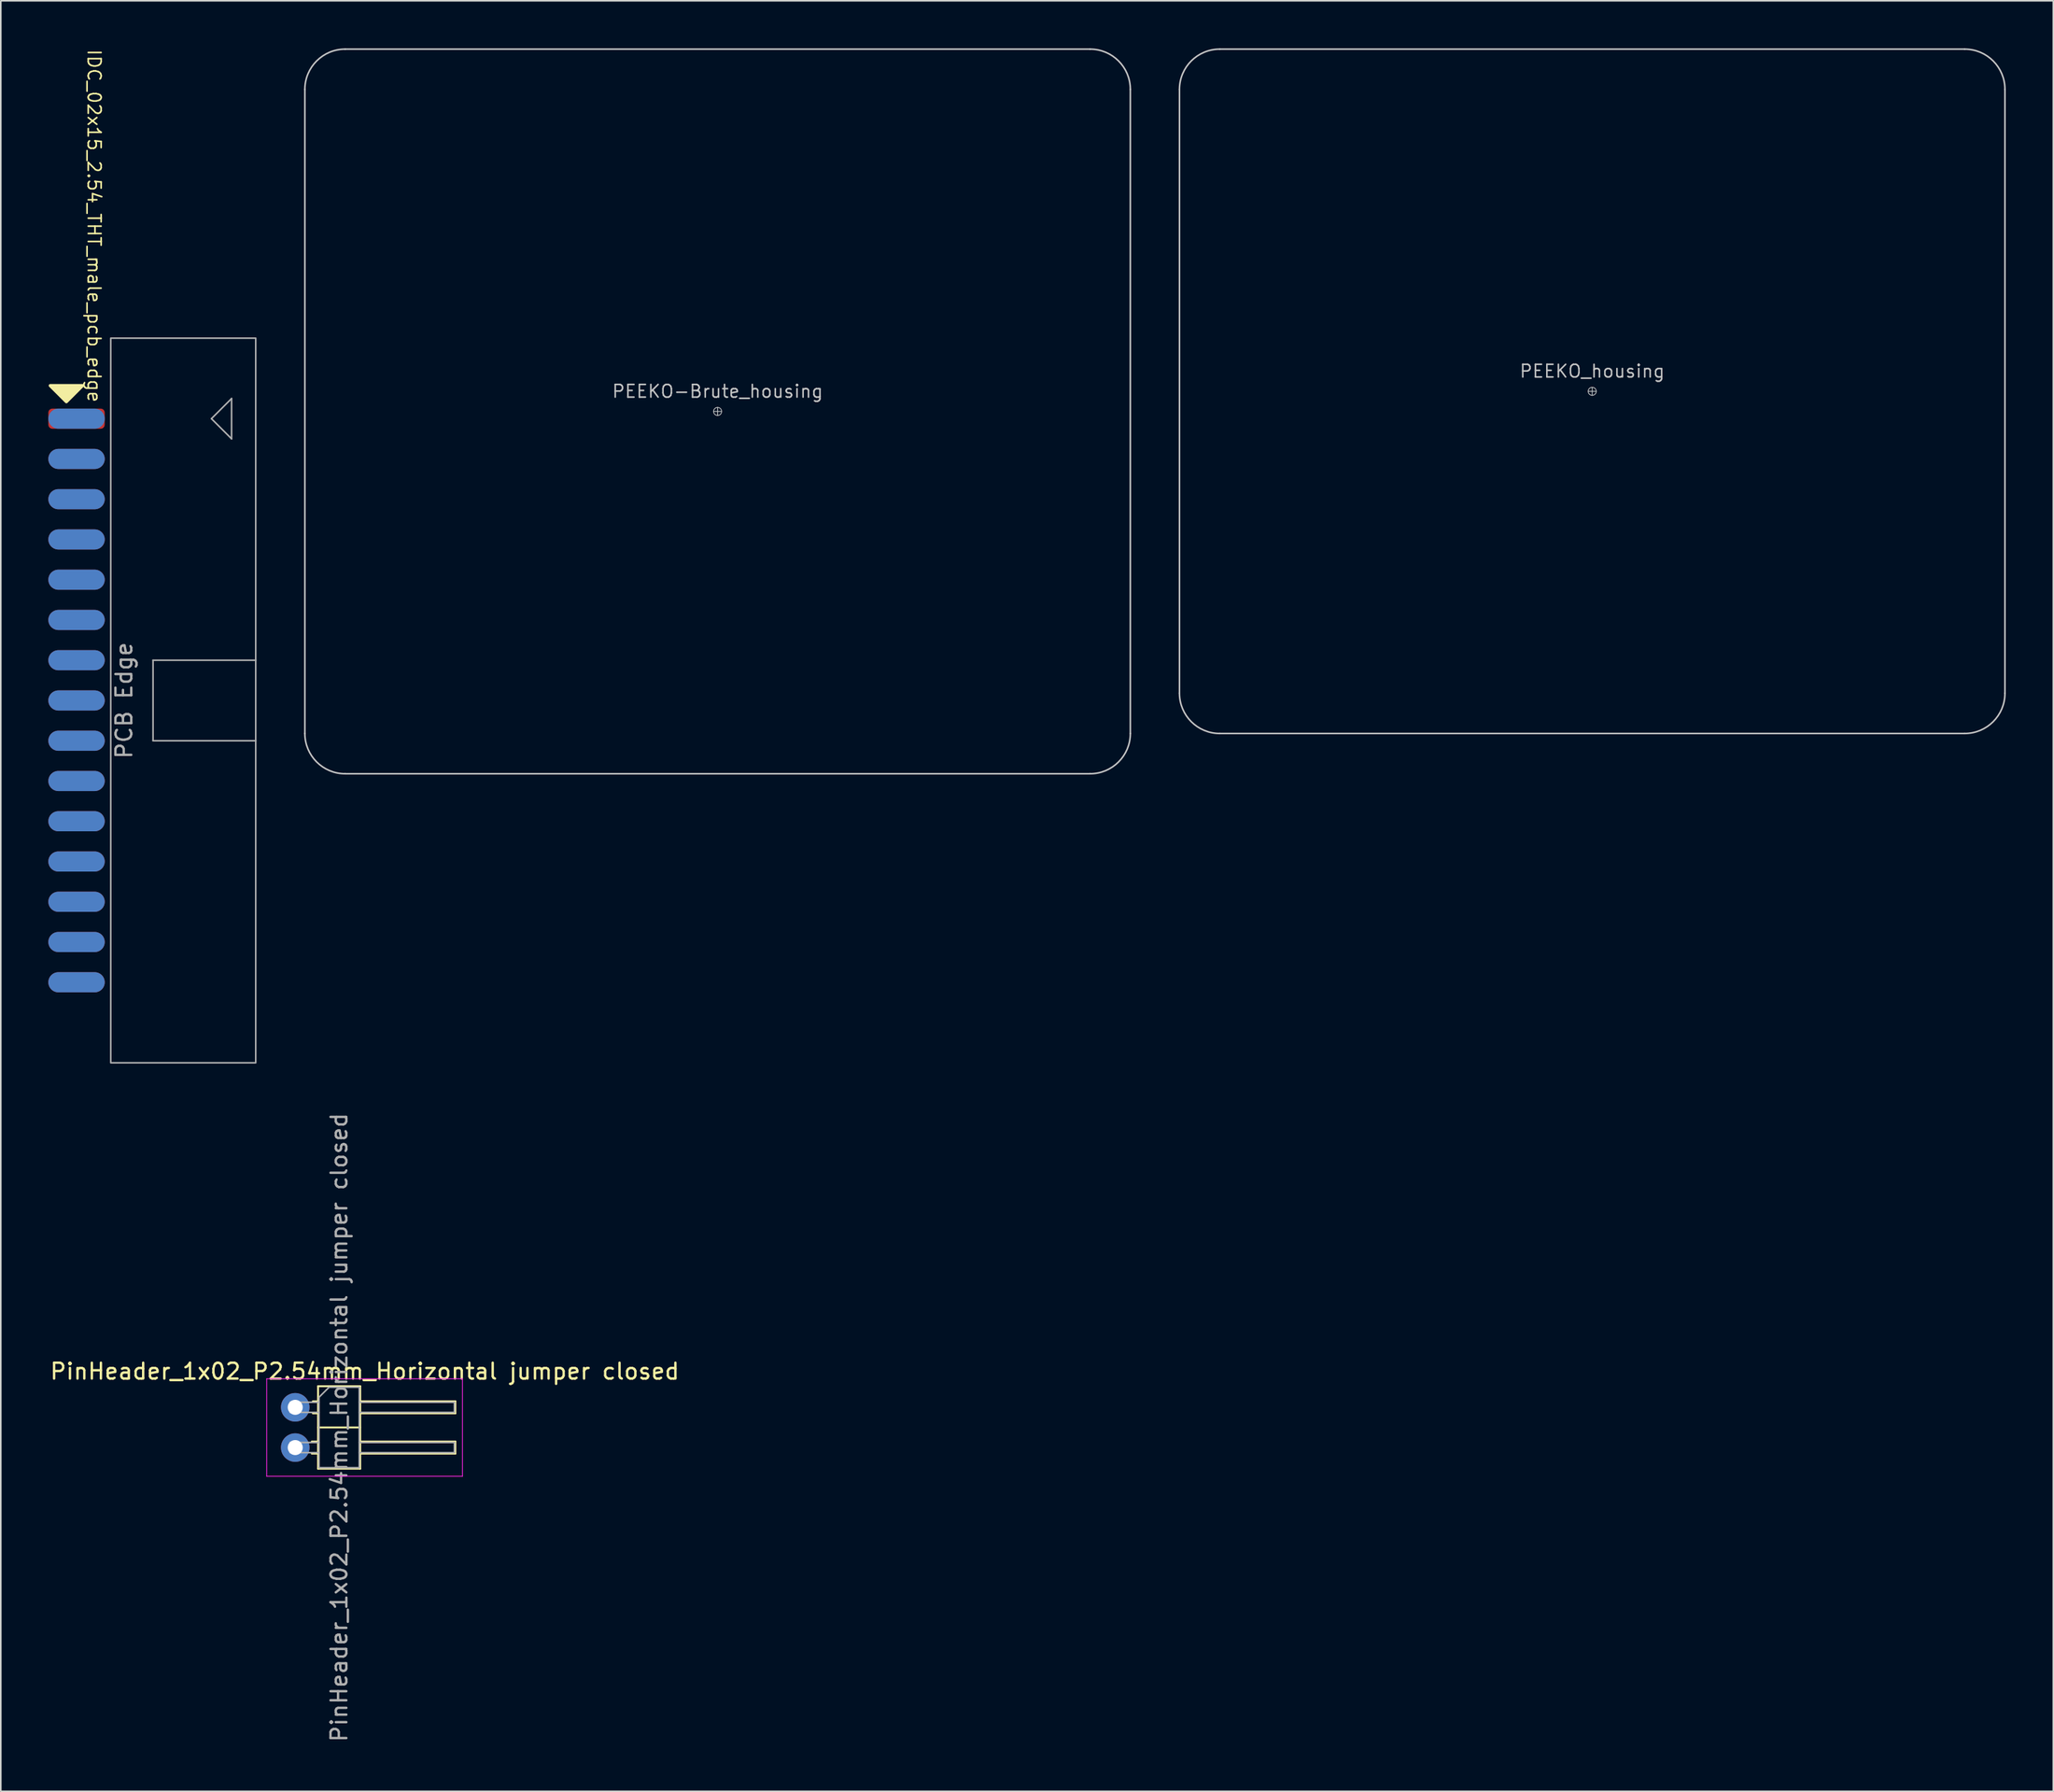
<source format=kicad_pcb>
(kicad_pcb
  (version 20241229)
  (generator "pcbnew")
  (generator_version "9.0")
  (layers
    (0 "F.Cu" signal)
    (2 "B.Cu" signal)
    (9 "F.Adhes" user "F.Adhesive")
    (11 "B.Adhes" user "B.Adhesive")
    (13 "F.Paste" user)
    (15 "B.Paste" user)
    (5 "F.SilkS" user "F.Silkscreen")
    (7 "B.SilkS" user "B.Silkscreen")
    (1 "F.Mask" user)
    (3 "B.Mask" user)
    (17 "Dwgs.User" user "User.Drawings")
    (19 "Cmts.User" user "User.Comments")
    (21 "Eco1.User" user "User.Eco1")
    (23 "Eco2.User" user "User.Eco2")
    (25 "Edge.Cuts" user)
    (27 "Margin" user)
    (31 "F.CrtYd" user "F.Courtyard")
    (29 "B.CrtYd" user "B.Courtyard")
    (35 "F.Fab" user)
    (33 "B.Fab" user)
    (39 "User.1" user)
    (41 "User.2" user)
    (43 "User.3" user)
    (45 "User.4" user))
  (footprint "PinHeader_1x02_P2.54mm_Horizontal jumper closed"
    (layer "F.Cu")
    (at 15.573 85.746)
    (property "Reference" "PinHeader_1x02_P2.54mm_Horizontal jumper closed" (at 4.385 -2.27 0) (layer "F.SilkS") (effects (font (size 1 1) (thickness 0.15))))
    (attr through_hole)
    (fp_line (start 1.043 2.16) (end 1.44 2.16) (stroke (width 0.12) (type solid)) (layer "F.SilkS"))
    (fp_line (start 1.043 2.92) (end 1.44 2.92) (stroke (width 0.12) (type solid)) (layer "F.SilkS"))
    (fp_line (start 1.11 -0.38) (end 1.44 -0.38) (stroke (width 0.12) (type solid)) (layer "F.SilkS"))
    (fp_line (start 1.11 0.38) (end 1.44 0.38) (stroke (width 0.12) (type solid)) (layer "F.SilkS"))
    (fp_line (start 1.44 -1.33) (end 1.44 3.87) (stroke (width 0.12) (type solid)) (layer "F.SilkS"))
    (fp_line (start 1.44 1.27) (end 4.1 1.27) (stroke (width 0.12) (type solid)) (layer "F.SilkS"))
    (fp_line (start 1.44 3.87) (end 4.1 3.87) (stroke (width 0.12) (type solid)) (layer "F.SilkS"))
    (fp_line (start 4.1 -1.33) (end 1.44 -1.33) (stroke (width 0.12) (type solid)) (layer "F.SilkS"))
    (fp_line (start 4.1 -0.38) (end 10.1 -0.38) (stroke (width 0.12) (type solid)) (layer "F.SilkS"))
    (fp_line (start 4.1 2.16) (end 10.1 2.16) (stroke (width 0.12) (type solid)) (layer "F.SilkS"))
    (fp_line (start 4.1 3.87) (end 4.1 -1.33) (stroke (width 0.12) (type solid)) (layer "F.SilkS"))
    (fp_line (start 10.1 -0.38) (end 10.1 0.38) (stroke (width 0.12) (type solid)) (layer "F.SilkS"))
    (fp_line (start 10.1 0.38) (end 4.1 0.38) (stroke (width 0.12) (type solid)) (layer "F.SilkS"))
    (fp_line (start 10.1 2.16) (end 10.1 2.92) (stroke (width 0.12) (type solid)) (layer "F.SilkS"))
    (fp_line (start 10.1 2.92) (end 4.1 2.92) (stroke (width 0.12) (type solid)) (layer "F.SilkS"))
    (fp_line (start -1.8 -1.8) (end -1.8 4.35) (stroke (width 0.05) (type solid)) (layer "F.CrtYd"))
    (fp_line (start -1.8 4.35) (end 10.55 4.35) (stroke (width 0.05) (type solid)) (layer "F.CrtYd"))
    (fp_line (start 10.55 -1.8) (end -1.8 -1.8) (stroke (width 0.05) (type solid)) (layer "F.CrtYd"))
    (fp_line (start 10.55 4.35) (end 10.55 -1.8) (stroke (width 0.05) (type solid)) (layer "F.CrtYd"))
    (fp_line (start -0.32 -0.32) (end -0.32 0.32) (stroke (width 0.1) (type solid)) (layer "F.Fab"))
    (fp_line (start -0.32 -0.32) (end 1.5 -0.32) (stroke (width 0.1) (type solid)) (layer "F.Fab"))
    (fp_line (start -0.32 0.32) (end 1.5 0.32) (stroke (width 0.1) (type solid)) (layer "F.Fab"))
    (fp_line (start -0.32 2.22) (end -0.32 2.86) (stroke (width 0.1) (type solid)) (layer "F.Fab"))
    (fp_line (start -0.32 2.22) (end 1.5 2.22) (stroke (width 0.1) (type solid)) (layer "F.Fab"))
    (fp_line (start -0.32 2.86) (end 1.5 2.86) (stroke (width 0.1) (type solid)) (layer "F.Fab"))
    (fp_line (start 1.5 -0.635) (end 2.135 -1.27) (stroke (width 0.1) (type solid)) (layer "F.Fab"))
    (fp_line (start 1.5 3.81) (end 1.5 -0.635) (stroke (width 0.1) (type solid)) (layer "F.Fab"))
    (fp_line (start 2.135 -1.27) (end 4.04 -1.27) (stroke (width 0.1) (type solid)) (layer "F.Fab"))
    (fp_line (start 4.04 -1.27) (end 4.04 3.81) (stroke (width 0.1) (type solid)) (layer "F.Fab"))
    (fp_line (start 4.04 -0.32) (end 10.04 -0.32) (stroke (width 0.1) (type solid)) (layer "F.Fab"))
    (fp_line (start 4.04 0.32) (end 10.04 0.32) (stroke (width 0.1) (type solid)) (layer "F.Fab"))
    (fp_line (start 4.04 2.22) (end 10.04 2.22) (stroke (width 0.1) (type solid)) (layer "F.Fab"))
    (fp_line (start 4.04 2.86) (end 10.04 2.86) (stroke (width 0.1) (type solid)) (layer "F.Fab"))
    (fp_line (start 4.04 3.81) (end 1.5 3.81) (stroke (width 0.1) (type solid)) (layer "F.Fab"))
    (fp_line (start 10.04 -0.32) (end 10.04 0.32) (stroke (width 0.1) (type solid)) (layer "F.Fab"))
    (fp_line (start 10.04 2.22) (end 10.04 2.86) (stroke (width 0.1) (type solid)) (layer "F.Fab"))
    (fp_text user "${REFERENCE}" (at 2.77 1.27 90) (layer "F.Fab") (effects (font (size 1 1) (thickness 0.15))))
    (pad "1" thru_hole circle (at 0 0) (size 1.8 1.8) (drill 0.95) (layers "*.Cu" "*.Mask"))
    (pad "2" thru_hole circle (at 0 2.54) (size 1.8 1.8) (drill 0.95) (layers "*.Cu" "*.Mask")))
  (footprint "PEEKO_housing"
    (layer "F.Cu")
    (at 97.386 21.64)
    (property "Reference" "PEEKO_housing" (at 0 -1.27 0) (unlocked yes) (layer "Dwgs.User") (effects (font (size 0.8 0.8) (thickness 0.1))))
    (attr exclude_from_pos_files exclude_from_bom allow_missing_courtyard)
    (fp_line (start -26.035 -19.05) (end -26.035 19.05) (stroke (width 0.1) (type default)) (layer "Dwgs.User"))
    (fp_line (start -23.495 21.59) (end 23.495 21.59) (stroke (width 0.1) (type default)) (layer "Dwgs.User"))
    (fp_line (start -0.254 0) (end 0.254 0) (stroke (width 0.05) (type default)) (layer "Dwgs.User"))
    (fp_line (start 0 -0.254) (end 0 0.254) (stroke (width 0.05) (type default)) (layer "Dwgs.User"))
    (fp_line (start 23.495 -21.59) (end -23.495 -21.59) (stroke (width 0.1) (type default)) (layer "Dwgs.User"))
    (fp_line (start 26.035 19.05) (end 26.035 -19.05) (stroke (width 0.1) (type default)) (layer "Dwgs.User"))
    (fp_arc (start -26.035 -19.05) (mid -25.291051 -20.846051) (end -23.495 -21.59) (stroke (width 0.1) (type default)) (layer "Dwgs.User"))
    (fp_arc (start -23.495 21.59) (mid -25.291051 20.846051) (end -26.035 19.05) (stroke (width 0.1) (type default)) (layer "Dwgs.User"))
    (fp_arc (start 23.495 -21.59) (mid 25.291051 -20.846051) (end 26.035 -19.05) (stroke (width 0.1) (type default)) (layer "Dwgs.User"))
    (fp_arc (start 26.035 19.05) (mid 25.291051 20.846051) (end 23.495 21.59) (stroke (width 0.1) (type default)) (layer "Dwgs.User"))
    (fp_circle (center 0 0) (end 0.254 0) (stroke (width 0.05) (type default)) (fill no) (layer "Dwgs.User")))
  (footprint "PEEKO-Brute_housing"
    (layer "F.Cu")
    (at 42.216 22.91)
    (property "Reference" "PEEKO-Brute_housing" (at 0 -1.27 0) (unlocked yes) (layer "Dwgs.User") (effects (font (size 0.8 0.8) (thickness 0.1))))
    (attr exclude_from_pos_files exclude_from_bom allow_missing_courtyard)
    (fp_line (start -26.035 -20.32) (end -26.035 20.32) (stroke (width 0.1) (type default)) (layer "Dwgs.User"))
    (fp_line (start -23.495 22.86) (end 23.495 22.86) (stroke (width 0.1) (type default)) (layer "Dwgs.User"))
    (fp_line (start -0.254 0) (end 0.254 0) (stroke (width 0.05) (type default)) (layer "Dwgs.User"))
    (fp_line (start 0 -0.254) (end 0 0.254) (stroke (width 0.05) (type default)) (layer "Dwgs.User"))
    (fp_line (start 23.495 -22.86) (end -23.495 -22.86) (stroke (width 0.1) (type default)) (layer "Dwgs.User"))
    (fp_line (start 26.035 20.32) (end 26.035 -20.32) (stroke (width 0.1) (type default)) (layer "Dwgs.User"))
    (fp_arc (start -26.035 -20.32) (mid -25.291051 -22.116051) (end -23.495 -22.86) (stroke (width 0.1) (type default)) (layer "Dwgs.User"))
    (fp_arc (start -23.495 22.86) (mid -25.291051 22.116051) (end -26.035 20.32) (stroke (width 0.1) (type default)) (layer "Dwgs.User"))
    (fp_arc (start 23.495 -22.86) (mid 25.291051 -22.116051) (end 26.035 -20.32) (stroke (width 0.1) (type default)) (layer "Dwgs.User"))
    (fp_arc (start 26.035 20.32) (mid 25.291051 22.116051) (end 23.495 22.86) (stroke (width 0.1) (type default)) (layer "Dwgs.User"))
    (fp_circle (center 0 0) (end 0.254 0) (stroke (width 0.05) (type default)) (fill no) (layer "Dwgs.User")))
  (footprint "IDC_02x15_2.54_THT_male_pcb_edge"
    (layer "F.Cu")
    (at 3.937 41.147)
    (property "Reference" "IDC_02x15_2.54_THT_male_pcb_edge" (at -1.05 -18.75 270) (unlocked yes) (layer "F.SilkS") (effects (font (size 0.813 0.813) (thickness 0.102)) (justify right)))
    (fp_poly (pts (xy -2.8 -18.85) (xy -1.784 -19.866) (xy -3.816 -19.866)) (stroke (width 0.2) (type solid)) (fill yes) (layer "F.SilkS"))
    (fp_line (start 2.667 -2.54) (end 2.667 2.54) (stroke (width 0.1) (type default)) (layer "F.Fab"))
    (fp_line (start 2.667 2.54) (end 9.144 2.54) (stroke (width 0.1) (type default)) (layer "F.Fab"))
    (fp_line (start 6.35 -17.78) (end 7.62 -19.05) (stroke (width 0.1) (type default)) (layer "F.Fab"))
    (fp_line (start 7.62 -19.05) (end 7.62 -16.51) (stroke (width 0.1) (type default)) (layer "F.Fab"))
    (fp_line (start 7.62 -16.51) (end 6.35 -17.78) (stroke (width 0.1) (type default)) (layer "F.Fab"))
    (fp_line (start 9.144 -2.54) (end 2.667 -2.54) (stroke (width 0.1) (type default)) (layer "F.Fab"))
    (fp_rect (start 0 -22.86) (end 9.144 22.86) (stroke (width 0.1) (type default)) (fill no) (layer "F.Fab"))
    (fp_text user "PCB Edge" (at 0.254 0 90) (unlocked yes) (layer "F.Fab") (effects (font (size 1 1) (thickness 0.15)) (justify top)))
    (pad "1" smd roundrect (at -2.159 -17.78 270) (size 1.27 3.556) (layers "F.Cu" "F.Mask" "F.Paste") (roundrect_rratio 0.197))
    (pad "2" smd oval (at -2.159 -17.78 270) (size 1.27 3.556) (layers "B.Cu" "B.Mask" "B.Paste"))
    (pad "3" smd oval (at -2.159 -15.24 270) (size 1.27 3.556) (layers "F.Cu" "F.Mask" "F.Paste"))
    (pad "4" smd oval (at -2.159 -15.24 270) (size 1.27 3.556) (layers "B.Cu" "B.Mask" "B.Paste"))
    (pad "5" smd oval (at -2.159 -12.7 270) (size 1.27 3.556) (layers "F.Cu" "F.Mask" "F.Paste"))
    (pad "6" smd oval (at -2.159 -12.7 270) (size 1.27 3.556) (layers "B.Cu" "B.Mask" "B.Paste"))
    (pad "7" smd oval (at -2.159 -10.16 270) (size 1.27 3.556) (layers "F.Cu" "F.Mask" "F.Paste"))
    (pad "8" smd oval (at -2.159 -10.16 270) (size 1.27 3.556) (layers "B.Cu" "B.Mask" "B.Paste"))
    (pad "9" smd oval (at -2.159 -7.62 270) (size 1.27 3.556) (layers "F.Cu" "F.Mask" "F.Paste"))
    (pad "10" smd oval (at -2.159 -7.62 270) (size 1.27 3.556) (layers "B.Cu" "B.Mask" "B.Paste"))
    (pad "11" smd oval (at -2.159 -5.08 270) (size 1.27 3.556) (layers "F.Cu" "F.Mask" "F.Paste"))
    (pad "12" smd oval (at -2.159 -5.08 270) (size 1.27 3.556) (layers "B.Cu" "B.Mask" "B.Paste"))
    (pad "13" smd oval (at -2.159 -2.54 270) (size 1.27 3.556) (layers "F.Cu" "F.Mask" "F.Paste"))
    (pad "14" smd oval (at -2.159 -2.54 270) (size 1.27 3.556) (layers "B.Cu" "B.Mask" "B.Paste"))
    (pad "15" smd oval (at -2.159 0 270) (size 1.27 3.556) (layers "F.Cu" "F.Mask" "F.Paste"))
    (pad "16" smd oval (at -2.159 0 270) (size 1.27 3.556) (layers "B.Cu" "B.Mask" "B.Paste"))
    (pad "17" smd oval (at -2.159 2.54 270) (size 1.27 3.556) (layers "F.Cu" "F.Mask" "F.Paste"))
    (pad "18" smd oval (at -2.159 2.54 270) (size 1.27 3.556) (layers "B.Cu" "B.Mask" "B.Paste"))
    (pad "19" smd oval (at -2.159 5.08 270) (size 1.27 3.556) (layers "F.Cu" "F.Mask" "F.Paste"))
    (pad "20" smd oval (at -2.159 5.08 270) (size 1.27 3.556) (layers "B.Cu" "B.Mask" "B.Paste"))
    (pad "21" smd oval (at -2.159 7.62 270) (size 1.27 3.556) (layers "F.Cu" "F.Mask" "F.Paste"))
    (pad "22" smd oval (at -2.159 7.62 270) (size 1.27 3.556) (layers "B.Cu" "B.Mask" "B.Paste"))
    (pad "23" smd oval (at -2.159 10.16 270) (size 1.27 3.556) (layers "F.Cu" "F.Mask" "F.Paste"))
    (pad "24" smd oval (at -2.159 10.16 270) (size 1.27 3.556) (layers "B.Cu" "B.Mask" "B.Paste"))
    (pad "25" smd oval (at -2.159 12.7 270) (size 1.27 3.556) (layers "F.Cu" "F.Mask" "F.Paste"))
    (pad "26" smd oval (at -2.159 12.7 270) (size 1.27 3.556) (layers "B.Cu" "B.Mask" "B.Paste"))
    (pad "27" smd oval (at -2.159 15.24 270) (size 1.27 3.556) (layers "F.Cu" "F.Mask" "F.Paste"))
    (pad "28" smd oval (at -2.159 15.24 270) (size 1.27 3.556) (layers "B.Cu" "B.Mask" "B.Paste"))
    (pad "29" smd oval (at -2.159 17.78 270) (size 1.27 3.556) (layers "F.Cu" "F.Mask" "F.Paste"))
    (pad "30" smd oval (at -2.159 17.78 270) (size 1.27 3.556) (layers "B.Cu" "B.Mask" "B.Paste")))
  (gr_rect
    (start -3 -3)
    (end 126.471 109.974)
    (stroke (width 0.1) (type default))
    (fill no)
    (layer "Edge.Cuts")))
</source>
